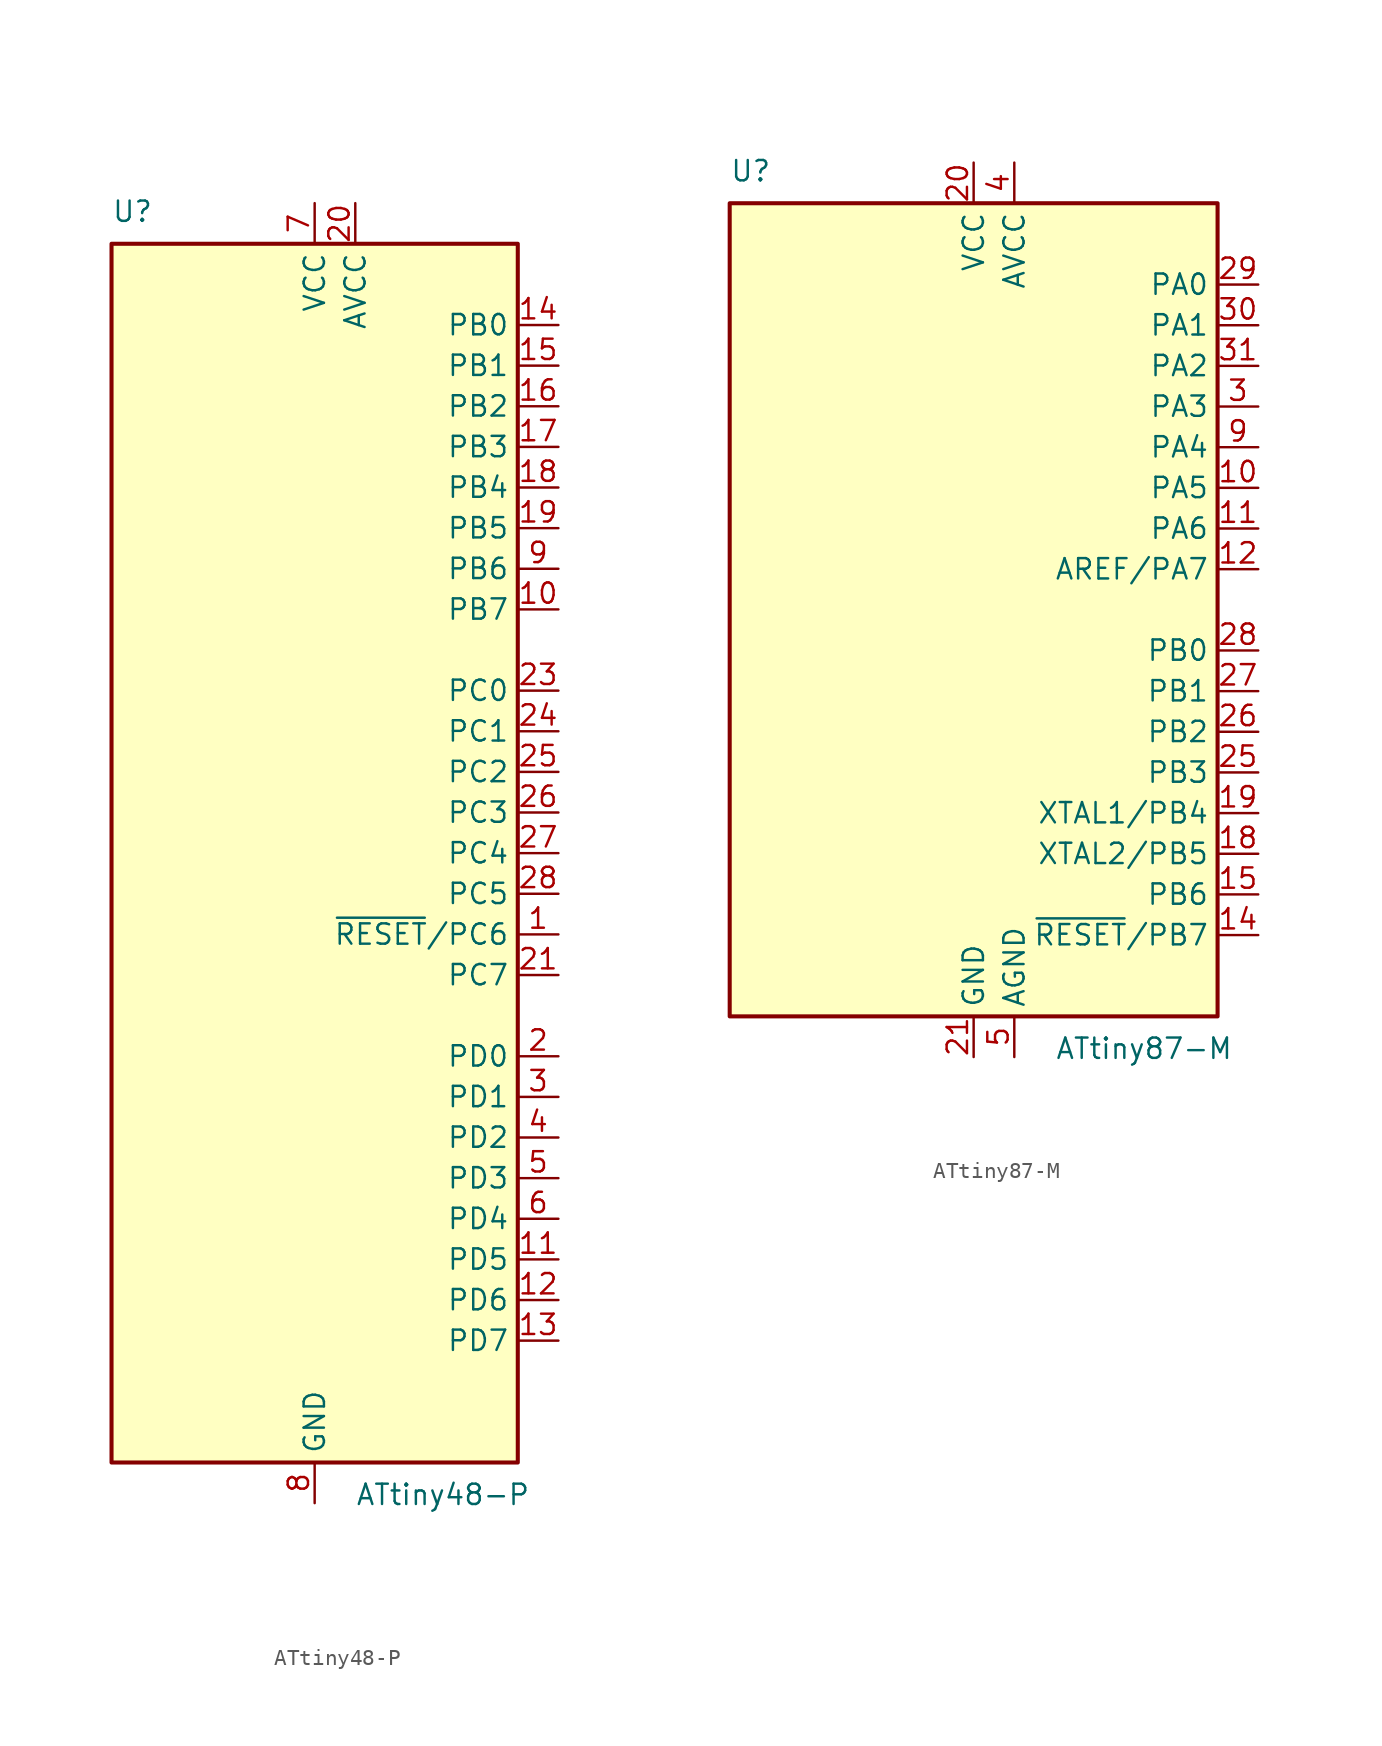
<source format=kicad_sym>
(kicad_symbol_lib
  (version 20231120)
  (generator "kicad_symbol_editor")
  (generator_version "8.0")
  (symbol "ATtiny48-P"
    (property "Reference" "U"
      (at -12.7 39.37 0)
      (effects (font (size 1.27 1.27)) (justify left bottom)))
    (property "Value" "ATtiny48-P"
      (at 2.54 -39.37 0)
      (effects (font (size 1.27 1.27)) (justify left top)))
    (symbol "ATtiny48-P_0_1"
      (rectangle (start -12.7 -38.1) (end 12.7 38.1) (stroke (width 0.254) (type default)) (fill (type background))))
    (symbol "ATtiny48-P_1_1"
      (pin bidirectional line (at 15.24 -5.08 180) (length 2.54) (name "~{RESET}/PC6" (effects (font (size 1.27 1.27)))) (number "1" (effects (font (size 1.27 1.27)))))
      (pin bidirectional line (at 15.24 15.24 180) (length 2.54) (name "PB7" (effects (font (size 1.27 1.27)))) (number "10" (effects (font (size 1.27 1.27)))))
      (pin bidirectional line (at 15.24 -25.4 180) (length 2.54) (name "PD5" (effects (font (size 1.27 1.27)))) (number "11" (effects (font (size 1.27 1.27)))))
      (pin bidirectional line (at 15.24 -27.94 180) (length 2.54) (name "PD6" (effects (font (size 1.27 1.27)))) (number "12" (effects (font (size 1.27 1.27)))))
      (pin bidirectional line (at 15.24 -30.48 180) (length 2.54) (name "PD7" (effects (font (size 1.27 1.27)))) (number "13" (effects (font (size 1.27 1.27)))))
      (pin bidirectional line (at 15.24 33.02 180) (length 2.54) (name "PB0" (effects (font (size 1.27 1.27)))) (number "14" (effects (font (size 1.27 1.27)))))
      (pin bidirectional line (at 15.24 30.48 180) (length 2.54) (name "PB1" (effects (font (size 1.27 1.27)))) (number "15" (effects (font (size 1.27 1.27)))))
      (pin bidirectional line (at 15.24 27.94 180) (length 2.54) (name "PB2" (effects (font (size 1.27 1.27)))) (number "16" (effects (font (size 1.27 1.27)))))
      (pin bidirectional line (at 15.24 25.4 180) (length 2.54) (name "PB3" (effects (font (size 1.27 1.27)))) (number "17" (effects (font (size 1.27 1.27)))))
      (pin bidirectional line (at 15.24 22.86 180) (length 2.54) (name "PB4" (effects (font (size 1.27 1.27)))) (number "18" (effects (font (size 1.27 1.27)))))
      (pin bidirectional line (at 15.24 20.32 180) (length 2.54) (name "PB5" (effects (font (size 1.27 1.27)))) (number "19" (effects (font (size 1.27 1.27)))))
      (pin bidirectional line (at 15.24 -12.7 180) (length 2.54) (name "PD0" (effects (font (size 1.27 1.27)))) (number "2" (effects (font (size 1.27 1.27)))))
      (pin power_in line (at 2.54 40.64 270) (length 2.54) (name "AVCC" (effects (font (size 1.27 1.27)))) (number "20" (effects (font (size 1.27 1.27)))))
      (pin bidirectional line (at 15.24 -7.62 180) (length 2.54) (name "PC7" (effects (font (size 1.27 1.27)))) (number "21" (effects (font (size 1.27 1.27)))))
      (pin passive line (at 0 -40.64 90) (length 2.54) hide (name "GND" (effects (font (size 1.27 1.27)))) (number "22" (effects (font (size 1.27 1.27)))))
      (pin bidirectional line (at 15.24 10.16 180) (length 2.54) (name "PC0" (effects (font (size 1.27 1.27)))) (number "23" (effects (font (size 1.27 1.27)))))
      (pin bidirectional line (at 15.24 7.62 180) (length 2.54) (name "PC1" (effects (font (size 1.27 1.27)))) (number "24" (effects (font (size 1.27 1.27)))))
      (pin bidirectional line (at 15.24 5.08 180) (length 2.54) (name "PC2" (effects (font (size 1.27 1.27)))) (number "25" (effects (font (size 1.27 1.27)))))
      (pin bidirectional line (at 15.24 2.54 180) (length 2.54) (name "PC3" (effects (font (size 1.27 1.27)))) (number "26" (effects (font (size 1.27 1.27)))))
      (pin bidirectional line (at 15.24 0 180) (length 2.54) (name "PC4" (effects (font (size 1.27 1.27)))) (number "27" (effects (font (size 1.27 1.27)))))
      (pin bidirectional line (at 15.24 -2.54 180) (length 2.54) (name "PC5" (effects (font (size 1.27 1.27)))) (number "28" (effects (font (size 1.27 1.27)))))
      (pin bidirectional line (at 15.24 -15.24 180) (length 2.54) (name "PD1" (effects (font (size 1.27 1.27)))) (number "3" (effects (font (size 1.27 1.27)))))
      (pin bidirectional line (at 15.24 -17.78 180) (length 2.54) (name "PD2" (effects (font (size 1.27 1.27)))) (number "4" (effects (font (size 1.27 1.27)))))
      (pin bidirectional line (at 15.24 -20.32 180) (length 2.54) (name "PD3" (effects (font (size 1.27 1.27)))) (number "5" (effects (font (size 1.27 1.27)))))
      (pin bidirectional line (at 15.24 -22.86 180) (length 2.54) (name "PD4" (effects (font (size 1.27 1.27)))) (number "6" (effects (font (size 1.27 1.27)))))
      (pin power_in line (at 0 40.64 270) (length 2.54) (name "VCC" (effects (font (size 1.27 1.27)))) (number "7" (effects (font (size 1.27 1.27)))))
      (pin power_in line (at 0 -40.64 90) (length 2.54) (name "GND" (effects (font (size 1.27 1.27)))) (number "8" (effects (font (size 1.27 1.27)))))
      (pin bidirectional line (at 15.24 17.78 180) (length 2.54) (name "PB6" (effects (font (size 1.27 1.27)))) (number "9" (effects (font (size 1.27 1.27)))))))
  (symbol "ATtiny87-M"
    (property "Reference" "U"
      (at -15.24 26.67 0)
      (effects (font (size 1.27 1.27)) (justify left bottom)))
    (property "Value" "ATtiny87-M"
      (at 5.08 -26.67 0)
      (effects (font (size 1.27 1.27)) (justify left top)))
    (symbol "ATtiny87-M_0_1"
      (rectangle (start -15.24 -25.4) (end 15.24 25.4) (stroke (width 0.254) (type default)) (fill (type background))))
    (symbol "ATtiny87-M_1_1"
      (pin no_connect line (at -15.24 5.08 0) (length 2.54) hide (name "NC" (effects (font (size 1.27 1.27)))) (number "1" (effects (font (size 1.27 1.27)))))
      (pin bidirectional line (at 17.78 7.62 180) (length 2.54) (name "PA5" (effects (font (size 1.27 1.27)))) (number "10" (effects (font (size 1.27 1.27)))))
      (pin bidirectional line (at 17.78 5.08 180) (length 2.54) (name "PA6" (effects (font (size 1.27 1.27)))) (number "11" (effects (font (size 1.27 1.27)))))
      (pin bidirectional line (at 17.78 2.54 180) (length 2.54) (name "AREF/PA7" (effects (font (size 1.27 1.27)))) (number "12" (effects (font (size 1.27 1.27)))))
      (pin no_connect line (at -15.24 -7.62 0) (length 2.54) hide (name "NC" (effects (font (size 1.27 1.27)))) (number "13" (effects (font (size 1.27 1.27)))))
      (pin bidirectional line (at 17.78 -20.32 180) (length 2.54) (name "~{RESET}/PB7" (effects (font (size 1.27 1.27)))) (number "14" (effects (font (size 1.27 1.27)))))
      (pin bidirectional line (at 17.78 -17.78 180) (length 2.54) (name "PB6" (effects (font (size 1.27 1.27)))) (number "15" (effects (font (size 1.27 1.27)))))
      (pin no_connect line (at -15.24 -10.16 0) (length 2.54) hide (name "NC" (effects (font (size 1.27 1.27)))) (number "16" (effects (font (size 1.27 1.27)))))
      (pin no_connect line (at -15.24 -12.7 0) (length 2.54) hide (name "NC" (effects (font (size 1.27 1.27)))) (number "17" (effects (font (size 1.27 1.27)))))
      (pin bidirectional line (at 17.78 -15.24 180) (length 2.54) (name "XTAL2/PB5" (effects (font (size 1.27 1.27)))) (number "18" (effects (font (size 1.27 1.27)))))
      (pin bidirectional line (at 17.78 -12.7 180) (length 2.54) (name "XTAL1/PB4" (effects (font (size 1.27 1.27)))) (number "19" (effects (font (size 1.27 1.27)))))
      (pin no_connect line (at -15.24 2.54 0) (length 2.54) hide (name "NC" (effects (font (size 1.27 1.27)))) (number "2" (effects (font (size 1.27 1.27)))))
      (pin power_in line (at 0 27.94 270) (length 2.54) (name "VCC" (effects (font (size 1.27 1.27)))) (number "20" (effects (font (size 1.27 1.27)))))
      (pin power_in line (at 0 -27.94 90) (length 2.54) (name "GND" (effects (font (size 1.27 1.27)))) (number "21" (effects (font (size 1.27 1.27)))))
      (pin no_connect line (at -15.24 -15.24 0) (length 2.54) hide (name "NC" (effects (font (size 1.27 1.27)))) (number "22" (effects (font (size 1.27 1.27)))))
      (pin no_connect line (at -15.24 -17.78 0) (length 2.54) hide (name "NC" (effects (font (size 1.27 1.27)))) (number "23" (effects (font (size 1.27 1.27)))))
      (pin no_connect line (at -15.24 -20.32 0) (length 2.54) hide (name "NC" (effects (font (size 1.27 1.27)))) (number "24" (effects (font (size 1.27 1.27)))))
      (pin bidirectional line (at 17.78 -10.16 180) (length 2.54) (name "PB3" (effects (font (size 1.27 1.27)))) (number "25" (effects (font (size 1.27 1.27)))))
      (pin bidirectional line (at 17.78 -7.62 180) (length 2.54) (name "PB2" (effects (font (size 1.27 1.27)))) (number "26" (effects (font (size 1.27 1.27)))))
      (pin bidirectional line (at 17.78 -5.08 180) (length 2.54) (name "PB1" (effects (font (size 1.27 1.27)))) (number "27" (effects (font (size 1.27 1.27)))))
      (pin bidirectional line (at 17.78 -2.54 180) (length 2.54) (name "PB0" (effects (font (size 1.27 1.27)))) (number "28" (effects (font (size 1.27 1.27)))))
      (pin bidirectional line (at 17.78 20.32 180) (length 2.54) (name "PA0" (effects (font (size 1.27 1.27)))) (number "29" (effects (font (size 1.27 1.27)))))
      (pin bidirectional line (at 17.78 12.7 180) (length 2.54) (name "PA3" (effects (font (size 1.27 1.27)))) (number "3" (effects (font (size 1.27 1.27)))))
      (pin bidirectional line (at 17.78 17.78 180) (length 2.54) (name "PA1" (effects (font (size 1.27 1.27)))) (number "30" (effects (font (size 1.27 1.27)))))
      (pin bidirectional line (at 17.78 15.24 180) (length 2.54) (name "PA2" (effects (font (size 1.27 1.27)))) (number "31" (effects (font (size 1.27 1.27)))))
      (pin no_connect line (at -15.24 -22.86 0) (length 2.54) hide (name "NC" (effects (font (size 1.27 1.27)))) (number "32" (effects (font (size 1.27 1.27)))))
      (pin passive line (at 0 -27.94 90) (length 2.54) hide (name "GND" (effects (font (size 1.27 1.27)))) (number "33" (effects (font (size 1.27 1.27)))))
      (pin power_in line (at 2.54 27.94 270) (length 2.54) (name "AVCC" (effects (font (size 1.27 1.27)))) (number "4" (effects (font (size 1.27 1.27)))))
      (pin power_in line (at 2.54 -27.94 90) (length 2.54) (name "AGND" (effects (font (size 1.27 1.27)))) (number "5" (effects (font (size 1.27 1.27)))))
      (pin no_connect line (at -15.24 0 0) (length 2.54) hide (name "NC" (effects (font (size 1.27 1.27)))) (number "6" (effects (font (size 1.27 1.27)))))
      (pin no_connect line (at -15.24 -2.54 0) (length 2.54) hide (name "NC" (effects (font (size 1.27 1.27)))) (number "7" (effects (font (size 1.27 1.27)))))
      (pin no_connect line (at -15.24 -5.08 0) (length 2.54) hide (name "NC" (effects (font (size 1.27 1.27)))) (number "8" (effects (font (size 1.27 1.27)))))
      (pin bidirectional line (at 17.78 10.16 180) (length 2.54) (name "PA4" (effects (font (size 1.27 1.27)))) (number "9" (effects (font (size 1.27 1.27))))))))
</source>
